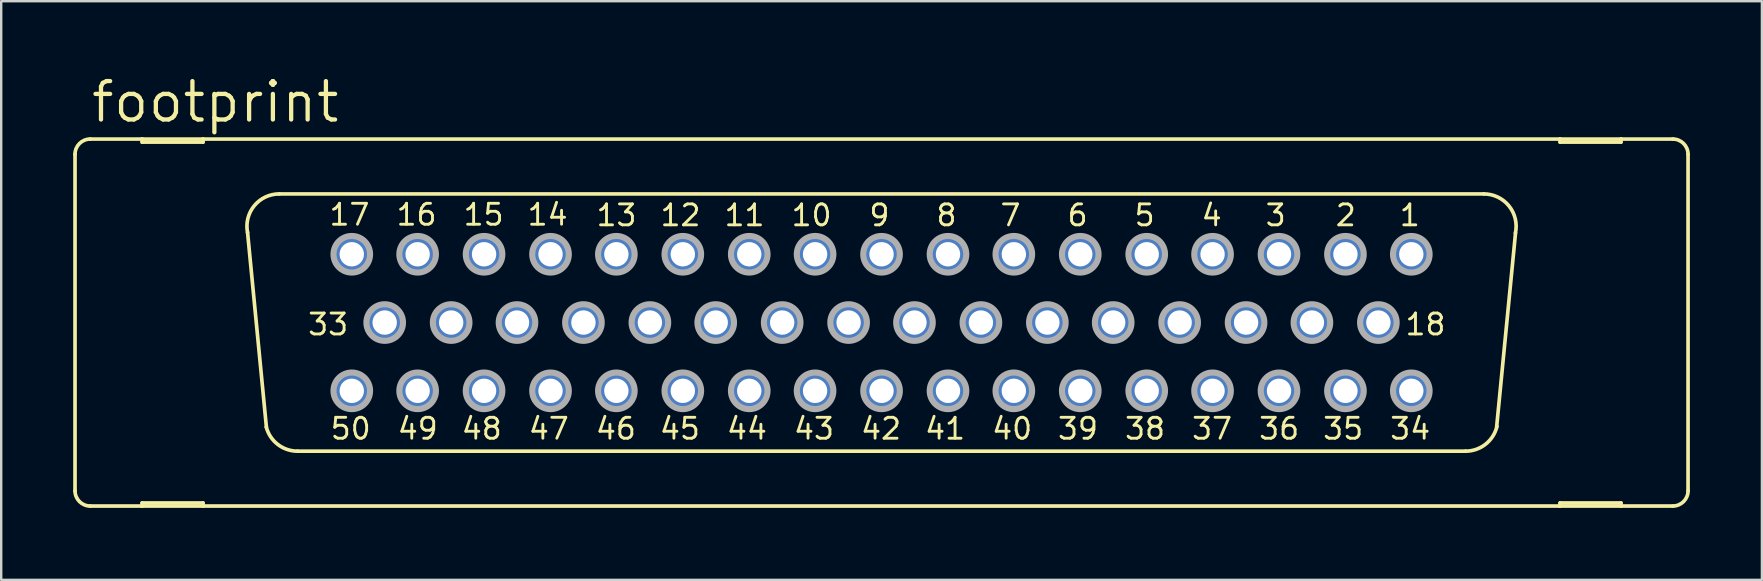
<source format=kicad_pcb>
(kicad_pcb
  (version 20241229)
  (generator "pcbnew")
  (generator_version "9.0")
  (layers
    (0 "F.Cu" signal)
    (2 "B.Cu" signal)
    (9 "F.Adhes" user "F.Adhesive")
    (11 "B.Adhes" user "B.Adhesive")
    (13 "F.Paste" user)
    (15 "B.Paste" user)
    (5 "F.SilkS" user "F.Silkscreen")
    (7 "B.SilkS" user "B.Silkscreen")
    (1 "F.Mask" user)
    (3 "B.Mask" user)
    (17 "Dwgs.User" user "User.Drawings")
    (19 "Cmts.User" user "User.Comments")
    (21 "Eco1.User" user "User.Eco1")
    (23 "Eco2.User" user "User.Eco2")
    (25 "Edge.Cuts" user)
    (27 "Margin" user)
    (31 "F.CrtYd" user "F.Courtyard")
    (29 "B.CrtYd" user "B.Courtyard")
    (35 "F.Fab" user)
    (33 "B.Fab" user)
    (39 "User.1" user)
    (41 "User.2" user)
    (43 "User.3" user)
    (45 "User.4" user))
  (footprint "footprint"
    (layer "F.Cu")
    (at 33.68 10.389)
    (property "Reference" "footprint" (at -33.02 -8.255 0) (layer "F.SilkS") (effects (font (size 1.6 1.6) (thickness 0.178)) (justify left bottom)))
    (fp_line (start -33.604 -7.01) (end -33.604 7.01) (stroke (width 0.152) (type solid)) (layer "F.SilkS"))
    (fp_line (start -32.969 7.645) (end -30.81 7.645) (stroke (width 0.152) (type solid)) (layer "F.SilkS"))
    (fp_line (start -30.81 -7.645) (end -32.969 -7.645) (stroke (width 0.152) (type solid)) (layer "F.SilkS"))
    (fp_line (start -30.81 -7.645) (end -30.81 -7.518) (stroke (width 0.152) (type solid)) (layer "F.SilkS"))
    (fp_line (start -30.81 -7.518) (end -28.27 -7.518) (stroke (width 0.152) (type solid)) (layer "F.SilkS"))
    (fp_line (start -30.81 7.518) (end -28.27 7.518) (stroke (width 0.152) (type solid)) (layer "F.SilkS"))
    (fp_line (start -30.81 7.645) (end -30.81 7.518) (stroke (width 0.152) (type solid)) (layer "F.SilkS"))
    (fp_line (start -30.81 7.645) (end -28.27 7.645) (stroke (width 0.152) (type solid)) (layer "F.SilkS"))
    (fp_line (start -28.27 -7.645) (end -30.81 -7.645) (stroke (width 0.152) (type solid)) (layer "F.SilkS"))
    (fp_line (start -28.27 -7.518) (end -28.27 -7.645) (stroke (width 0.152) (type solid)) (layer "F.SilkS"))
    (fp_line (start -28.27 7.518) (end -28.27 7.645) (stroke (width 0.152) (type solid)) (layer "F.SilkS"))
    (fp_line (start -28.27 7.645) (end 28.27 7.645) (stroke (width 0.152) (type solid)) (layer "F.SilkS"))
    (fp_line (start -25.629 4.369) (end -26.416 -3.759) (stroke (width 0.152) (type solid)) (layer "F.SilkS"))
    (fp_line (start -25.095 -5.359) (end 25.095 -5.359) (stroke (width 0.152) (type solid)) (layer "F.SilkS"))
    (fp_line (start -24.333 5.359) (end 24.333 5.359) (stroke (width 0.152) (type solid)) (layer "F.SilkS"))
    (fp_line (start 26.416 -3.734) (end 25.629 4.343) (stroke (width 0.152) (type solid)) (layer "F.SilkS"))
    (fp_line (start 28.27 -7.645) (end -28.27 -7.645) (stroke (width 0.152) (type solid)) (layer "F.SilkS"))
    (fp_line (start 28.27 -7.645) (end 28.27 -7.518) (stroke (width 0.152) (type solid)) (layer "F.SilkS"))
    (fp_line (start 28.27 -7.518) (end 30.81 -7.518) (stroke (width 0.152) (type solid)) (layer "F.SilkS"))
    (fp_line (start 28.27 7.518) (end 30.81 7.518) (stroke (width 0.152) (type solid)) (layer "F.SilkS"))
    (fp_line (start 28.27 7.645) (end 28.27 7.518) (stroke (width 0.152) (type solid)) (layer "F.SilkS"))
    (fp_line (start 28.27 7.645) (end 30.81 7.645) (stroke (width 0.152) (type solid)) (layer "F.SilkS"))
    (fp_line (start 30.81 -7.645) (end 28.27 -7.645) (stroke (width 0.152) (type solid)) (layer "F.SilkS"))
    (fp_line (start 30.81 -7.518) (end 30.81 -7.645) (stroke (width 0.152) (type solid)) (layer "F.SilkS"))
    (fp_line (start 30.81 7.518) (end 30.81 7.645) (stroke (width 0.152) (type solid)) (layer "F.SilkS"))
    (fp_line (start 30.81 7.645) (end 32.969 7.645) (stroke (width 0.152) (type solid)) (layer "F.SilkS"))
    (fp_line (start 32.969 -7.645) (end 30.81 -7.645) (stroke (width 0.152) (type solid)) (layer "F.SilkS"))
    (fp_line (start 33.604 -7.01) (end 33.604 7.01) (stroke (width 0.152) (type solid)) (layer "F.SilkS"))
    (fp_arc (start -33.6042 -7.0104) (mid -33.418213 -7.459413) (end -32.9692 -7.6454) (stroke (width 0.1524) (type solid)) (layer "F.SilkS"))
    (fp_arc (start -32.9692 7.6454) (mid -33.418213 7.459413) (end -33.6042 7.0104) (stroke (width 0.1524) (type solid)) (layer "F.SilkS"))
    (fp_arc (start -26.4153 -3.7492) (mid -26.136282 -4.866684) (end -25.0952 -5.3594) (stroke (width 0.1524) (type solid)) (layer "F.SilkS"))
    (fp_arc (start -24.3332 5.3594) (mid -25.1567 5.078145) (end -25.6361 4.3519) (stroke (width 0.1524) (type solid)) (layer "F.SilkS"))
    (fp_arc (start 25.0952 -5.3591) (mid 26.143577 -4.85738) (end 26.4105 -3.7262) (stroke (width 0.1524) (type solid)) (layer "F.SilkS"))
    (fp_arc (start 25.642201 4.327399) (mid 25.166657 5.070446) (end 24.3332 5.3596) (stroke (width 0.1524) (type solid)) (layer "F.SilkS"))
    (fp_arc (start 32.9692 -7.6454) (mid 33.418213 -7.459413) (end 33.6042 -7.0104) (stroke (width 0.1524) (type solid)) (layer "F.SilkS"))
    (fp_arc (start 33.6042 7.0104) (mid 33.418213 7.459413) (end 32.9692 7.6454) (stroke (width 0.1524) (type solid)) (layer "F.SilkS"))
    (fp_circle (center -22.073 -2.845) (end -21.311 -2.845) (stroke (width 0.254) (type solid)) (fill no) (layer "F.Fab"))
    (fp_circle (center -22.073 2.845) (end -21.311 2.845) (stroke (width 0.254) (type solid)) (fill no) (layer "F.Fab"))
    (fp_circle (center -20.701 0) (end -19.939 0) (stroke (width 0.254) (type solid)) (fill no) (layer "F.Fab"))
    (fp_circle (center -19.329 -2.845) (end -18.567 -2.845) (stroke (width 0.254) (type solid)) (fill no) (layer "F.Fab"))
    (fp_circle (center -19.329 2.845) (end -18.567 2.845) (stroke (width 0.254) (type solid)) (fill no) (layer "F.Fab"))
    (fp_circle (center -17.932 0) (end -17.17 0) (stroke (width 0.254) (type solid)) (fill no) (layer "F.Fab"))
    (fp_circle (center -16.561 -2.845) (end -15.799 -2.845) (stroke (width 0.254) (type solid)) (fill no) (layer "F.Fab"))
    (fp_circle (center -16.561 2.845) (end -15.799 2.845) (stroke (width 0.254) (type solid)) (fill no) (layer "F.Fab"))
    (fp_circle (center -15.189 0) (end -14.427 0) (stroke (width 0.254) (type solid)) (fill no) (layer "F.Fab"))
    (fp_circle (center -13.792 -2.845) (end -13.03 -2.845) (stroke (width 0.254) (type solid)) (fill no) (layer "F.Fab"))
    (fp_circle (center -13.792 2.845) (end -13.03 2.845) (stroke (width 0.254) (type solid)) (fill no) (layer "F.Fab"))
    (fp_circle (center -12.421 0) (end -11.659 0) (stroke (width 0.254) (type solid)) (fill no) (layer "F.Fab"))
    (fp_circle (center -11.049 -2.845) (end -10.287 -2.845) (stroke (width 0.254) (type solid)) (fill no) (layer "F.Fab"))
    (fp_circle (center -11.049 2.845) (end -10.287 2.845) (stroke (width 0.254) (type solid)) (fill no) (layer "F.Fab"))
    (fp_circle (center -9.652 0) (end -8.89 0) (stroke (width 0.254) (type solid)) (fill no) (layer "F.Fab"))
    (fp_circle (center -8.28 -2.845) (end -7.518 -2.845) (stroke (width 0.254) (type solid)) (fill no) (layer "F.Fab"))
    (fp_circle (center -8.28 2.845) (end -7.518 2.845) (stroke (width 0.254) (type solid)) (fill no) (layer "F.Fab"))
    (fp_circle (center -6.909 0) (end -6.147 0) (stroke (width 0.254) (type solid)) (fill no) (layer "F.Fab"))
    (fp_circle (center -5.512 -2.845) (end -4.75 -2.845) (stroke (width 0.254) (type solid)) (fill no) (layer "F.Fab"))
    (fp_circle (center -5.512 2.845) (end -4.75 2.845) (stroke (width 0.254) (type solid)) (fill no) (layer "F.Fab"))
    (fp_circle (center -4.14 0) (end -3.378 0) (stroke (width 0.254) (type solid)) (fill no) (layer "F.Fab"))
    (fp_circle (center -2.769 -2.845) (end -2.007 -2.845) (stroke (width 0.254) (type solid)) (fill no) (layer "F.Fab"))
    (fp_circle (center -2.769 2.845) (end -2.007 2.845) (stroke (width 0.254) (type solid)) (fill no) (layer "F.Fab"))
    (fp_circle (center -1.372 0) (end -0.61 0) (stroke (width 0.254) (type solid)) (fill no) (layer "F.Fab"))
    (fp_circle (center 0 -2.845) (end 0.762 -2.845) (stroke (width 0.254) (type solid)) (fill no) (layer "F.Fab"))
    (fp_circle (center 0 2.845) (end 0.762 2.845) (stroke (width 0.254) (type solid)) (fill no) (layer "F.Fab"))
    (fp_circle (center 1.372 0) (end 2.134 0) (stroke (width 0.254) (type solid)) (fill no) (layer "F.Fab"))
    (fp_circle (center 2.769 -2.845) (end 3.531 -2.845) (stroke (width 0.254) (type solid)) (fill no) (layer "F.Fab"))
    (fp_circle (center 2.769 2.845) (end 3.531 2.845) (stroke (width 0.254) (type solid)) (fill no) (layer "F.Fab"))
    (fp_circle (center 4.14 0) (end 4.902 0) (stroke (width 0.254) (type solid)) (fill no) (layer "F.Fab"))
    (fp_circle (center 5.512 -2.845) (end 6.274 -2.845) (stroke (width 0.254) (type solid)) (fill no) (layer "F.Fab"))
    (fp_circle (center 5.512 2.845) (end 6.274 2.845) (stroke (width 0.254) (type solid)) (fill no) (layer "F.Fab"))
    (fp_circle (center 6.909 0) (end 7.671 0) (stroke (width 0.254) (type solid)) (fill no) (layer "F.Fab"))
    (fp_circle (center 8.28 -2.845) (end 9.042 -2.845) (stroke (width 0.254) (type solid)) (fill no) (layer "F.Fab"))
    (fp_circle (center 8.28 2.845) (end 9.042 2.845) (stroke (width 0.254) (type solid)) (fill no) (layer "F.Fab"))
    (fp_circle (center 9.652 0) (end 10.414 0) (stroke (width 0.254) (type solid)) (fill no) (layer "F.Fab"))
    (fp_circle (center 11.049 -2.845) (end 11.811 -2.845) (stroke (width 0.254) (type solid)) (fill no) (layer "F.Fab"))
    (fp_circle (center 11.049 2.845) (end 11.811 2.845) (stroke (width 0.254) (type solid)) (fill no) (layer "F.Fab"))
    (fp_circle (center 12.421 0) (end 13.183 0) (stroke (width 0.254) (type solid)) (fill no) (layer "F.Fab"))
    (fp_circle (center 13.792 -2.845) (end 14.554 -2.845) (stroke (width 0.254) (type solid)) (fill no) (layer "F.Fab"))
    (fp_circle (center 13.792 2.845) (end 14.554 2.845) (stroke (width 0.254) (type solid)) (fill no) (layer "F.Fab"))
    (fp_circle (center 15.189 0) (end 15.951 0) (stroke (width 0.254) (type solid)) (fill no) (layer "F.Fab"))
    (fp_circle (center 16.561 -2.845) (end 17.323 -2.845) (stroke (width 0.254) (type solid)) (fill no) (layer "F.Fab"))
    (fp_circle (center 16.561 2.845) (end 17.323 2.845) (stroke (width 0.254) (type solid)) (fill no) (layer "F.Fab"))
    (fp_circle (center 17.932 0) (end 18.694 0) (stroke (width 0.254) (type solid)) (fill no) (layer "F.Fab"))
    (fp_circle (center 19.329 -2.845) (end 20.091 -2.845) (stroke (width 0.254) (type solid)) (fill no) (layer "F.Fab"))
    (fp_circle (center 19.329 2.845) (end 20.091 2.845) (stroke (width 0.254) (type solid)) (fill no) (layer "F.Fab"))
    (fp_circle (center 20.701 0) (end 21.463 0) (stroke (width 0.254) (type solid)) (fill no) (layer "F.Fab"))
    (fp_circle (center 22.073 -2.845) (end 22.835 -2.845) (stroke (width 0.254) (type solid)) (fill no) (layer "F.Fab"))
    (fp_circle (center 22.073 2.845) (end 22.835 2.845) (stroke (width 0.254) (type solid)) (fill no) (layer "F.Fab"))
    (fp_text user "45" (at -7.493 3.912 0) (layer "F.SilkS") (effects (font (size 0.872 0.872) (thickness 0.119)) (justify right top)))
    (fp_text user "47" (at -12.954 3.912 0) (layer "F.SilkS") (effects (font (size 0.872 0.872) (thickness 0.119)) (justify right top)))
    (fp_text user "2" (at 19.837 -4.978 0) (layer "F.SilkS") (effects (font (size 0.872 0.872) (thickness 0.119)) (justify right top)))
    (fp_text user "48" (at -15.748 3.912 0) (layer "F.SilkS") (effects (font (size 0.872 0.872) (thickness 0.119)) (justify right top)))
    (fp_text user "18" (at 23.571 -0.432 0) (layer "F.SilkS") (effects (font (size 0.872 0.872) (thickness 0.119)) (justify right top)))
    (fp_text user "13" (at -10.135 -4.978 0) (layer "F.SilkS") (effects (font (size 0.872 0.872) (thickness 0.119)) (justify right top)))
    (fp_text user "14" (at -13.005 -5.004 0) (layer "F.SilkS") (effects (font (size 0.872 0.872) (thickness 0.119)) (justify right top)))
    (fp_text user "5" (at 11.455 -4.978 0) (layer "F.SilkS") (effects (font (size 0.872 0.872) (thickness 0.119)) (justify right top)))
    (fp_text user "43" (at -1.905 3.912 0) (layer "F.SilkS") (effects (font (size 0.872 0.872) (thickness 0.119)) (justify right top)))
    (fp_text user "33" (at -22.149 -0.432 0) (layer "F.SilkS") (effects (font (size 0.872 0.872) (thickness 0.119)) (justify right top)))
    (fp_text user "49" (at -18.415 3.912 0) (layer "F.SilkS") (effects (font (size 0.872 0.872) (thickness 0.119)) (justify right top)))
    (fp_text user "6" (at 8.661 -4.978 0) (layer "F.SilkS") (effects (font (size 0.872 0.872) (thickness 0.119)) (justify right top)))
    (fp_text user "50" (at -21.209 3.912 0) (layer "F.SilkS") (effects (font (size 0.872 0.872) (thickness 0.119)) (justify right top)))
    (fp_text user "12" (at -7.468 -4.978 0) (layer "F.SilkS") (effects (font (size 0.872 0.872) (thickness 0.119)) (justify right top)))
    (fp_text user "37" (at 14.681 3.912 0) (layer "F.SilkS") (effects (font (size 0.872 0.872) (thickness 0.119)) (justify right top)))
    (fp_text user "42" (at 0.889 3.912 0) (layer "F.SilkS") (effects (font (size 0.872 0.872) (thickness 0.119)) (justify right top)))
    (fp_text user "17" (at -21.26 -5.004 0) (layer "F.SilkS") (effects (font (size 0.872 0.872) (thickness 0.119)) (justify right top)))
    (fp_text user "8" (at 3.2 -4.978 0) (layer "F.SilkS") (effects (font (size 0.872 0.872) (thickness 0.119)) (justify right top)))
    (fp_text user "35" (at 20.142 3.912 0) (layer "F.SilkS") (effects (font (size 0.872 0.872) (thickness 0.119)) (justify right top)))
    (fp_text user "4" (at 14.249 -4.978 0) (layer "F.SilkS") (effects (font (size 0.872 0.872) (thickness 0.119)) (justify right top)))
    (fp_text user "44" (at -4.699 3.912 0) (layer "F.SilkS") (effects (font (size 0.872 0.872) (thickness 0.119)) (justify right top)))
    (fp_text user "15" (at -15.672 -5.004 0) (layer "F.SilkS") (effects (font (size 0.872 0.872) (thickness 0.119)) (justify right top)))
    (fp_text user "1" (at 22.504 -4.978 0) (layer "F.SilkS") (effects (font (size 0.872 0.872) (thickness 0.119)) (justify right top)))
    (fp_text user "41" (at 3.556 3.912 0) (layer "F.SilkS") (effects (font (size 0.872 0.872) (thickness 0.119)) (justify right top)))
    (fp_text user "46" (at -10.16 3.912 0) (layer "F.SilkS") (effects (font (size 0.872 0.872) (thickness 0.119)) (justify right top)))
    (fp_text user "9" (at 0.406 -4.978 0) (layer "F.SilkS") (effects (font (size 0.872 0.872) (thickness 0.119)) (justify right top)))
    (fp_text user "34" (at 22.936 3.912 0) (layer "F.SilkS") (effects (font (size 0.872 0.872) (thickness 0.119)) (justify right top)))
    (fp_text user "40" (at 6.35 3.912 0) (layer "F.SilkS") (effects (font (size 0.872 0.872) (thickness 0.119)) (justify right top)))
    (fp_text user "10" (at -2.007 -4.978 0) (layer "F.SilkS") (effects (font (size 0.872 0.872) (thickness 0.119)) (justify right top)))
    (fp_text user "36" (at 17.475 3.912 0) (layer "F.SilkS") (effects (font (size 0.872 0.872) (thickness 0.119)) (justify right top)))
    (fp_text user "16" (at -18.466 -5.004 0) (layer "F.SilkS") (effects (font (size 0.872 0.872) (thickness 0.119)) (justify right top)))
    (fp_text user "39" (at 9.093 3.912 0) (layer "F.SilkS") (effects (font (size 0.872 0.872) (thickness 0.119)) (justify right top)))
    (fp_text user "11" (at -4.801 -4.978 0) (layer "F.SilkS") (effects (font (size 0.872 0.872) (thickness 0.119)) (justify right top)))
    (fp_text user "7" (at 5.867 -4.978 0) (layer "F.SilkS") (effects (font (size 0.872 0.872) (thickness 0.119)) (justify right top)))
    (fp_text user "3" (at 16.916 -4.978 0) (layer "F.SilkS") (effects (font (size 0.872 0.872) (thickness 0.119)) (justify right top)))
    (fp_text user "38" (at 11.887 3.912 0) (layer "F.SilkS") (effects (font (size 0.872 0.872) (thickness 0.119)) (justify right top)))
    (pad "1" thru_hole roundrect (at 22.073 -2.845) (size 1.524 1.524) (drill 1.016) (layers "*.Cu" "*.Mask") (roundrect_rratio 0.25) (chamfer_ratio 0.25) (chamfer top_left top_right bottom_left bottom_right))
    (pad "2" thru_hole roundrect (at 19.329 -2.845) (size 1.524 1.524) (drill 1.016) (layers "*.Cu" "*.Mask") (roundrect_rratio 0.25) (chamfer_ratio 0.25) (chamfer top_left top_right bottom_left bottom_right))
    (pad "3" thru_hole roundrect (at 16.561 -2.845) (size 1.524 1.524) (drill 1.016) (layers "*.Cu" "*.Mask") (roundrect_rratio 0.25) (chamfer_ratio 0.25) (chamfer top_left top_right bottom_left bottom_right))
    (pad "4" thru_hole roundrect (at 13.792 -2.845) (size 1.524 1.524) (drill 1.016) (layers "*.Cu" "*.Mask") (roundrect_rratio 0.25) (chamfer_ratio 0.25) (chamfer top_left top_right bottom_left bottom_right))
    (pad "5" thru_hole roundrect (at 11.049 -2.845) (size 1.524 1.524) (drill 1.016) (layers "*.Cu" "*.Mask") (roundrect_rratio 0.25) (chamfer_ratio 0.25) (chamfer top_left top_right bottom_left bottom_right))
    (pad "6" thru_hole roundrect (at 8.28 -2.845) (size 1.524 1.524) (drill 1.016) (layers "*.Cu" "*.Mask") (roundrect_rratio 0.25) (chamfer_ratio 0.25) (chamfer top_left top_right bottom_left bottom_right))
    (pad "7" thru_hole roundrect (at 5.512 -2.845) (size 1.524 1.524) (drill 1.016) (layers "*.Cu" "*.Mask") (roundrect_rratio 0.25) (chamfer_ratio 0.25) (chamfer top_left top_right bottom_left bottom_right))
    (pad "8" thru_hole roundrect (at 2.769 -2.845) (size 1.524 1.524) (drill 1.016) (layers "*.Cu" "*.Mask") (roundrect_rratio 0.25) (chamfer_ratio 0.25) (chamfer top_left top_right bottom_left bottom_right))
    (pad "9" thru_hole roundrect (at 0 -2.845) (size 1.524 1.524) (drill 1.016) (layers "*.Cu" "*.Mask") (roundrect_rratio 0.25) (chamfer_ratio 0.25) (chamfer top_left top_right bottom_left bottom_right))
    (pad "10" thru_hole roundrect (at -2.769 -2.845) (size 1.524 1.524) (drill 1.016) (layers "*.Cu" "*.Mask") (roundrect_rratio 0.25) (chamfer_ratio 0.25) (chamfer top_left top_right bottom_left bottom_right))
    (pad "11" thru_hole roundrect (at -5.512 -2.845) (size 1.524 1.524) (drill 1.016) (layers "*.Cu" "*.Mask") (roundrect_rratio 0.25) (chamfer_ratio 0.25) (chamfer top_left top_right bottom_left bottom_right))
    (pad "12" thru_hole roundrect (at -8.28 -2.845) (size 1.524 1.524) (drill 1.016) (layers "*.Cu" "*.Mask") (roundrect_rratio 0.25) (chamfer_ratio 0.25) (chamfer top_left top_right bottom_left bottom_right))
    (pad "13" thru_hole roundrect (at -11.049 -2.845) (size 1.524 1.524) (drill 1.016) (layers "*.Cu" "*.Mask") (roundrect_rratio 0.25) (chamfer_ratio 0.25) (chamfer top_left top_right bottom_left bottom_right))
    (pad "14" thru_hole roundrect (at -13.792 -2.845) (size 1.524 1.524) (drill 1.016) (layers "*.Cu" "*.Mask") (roundrect_rratio 0.25) (chamfer_ratio 0.25) (chamfer top_left top_right bottom_left bottom_right))
    (pad "15" thru_hole roundrect (at -16.561 -2.845) (size 1.524 1.524) (drill 1.016) (layers "*.Cu" "*.Mask") (roundrect_rratio 0.25) (chamfer_ratio 0.25) (chamfer top_left top_right bottom_left bottom_right))
    (pad "16" thru_hole roundrect (at -19.329 -2.845) (size 1.524 1.524) (drill 1.016) (layers "*.Cu" "*.Mask") (roundrect_rratio 0.25) (chamfer_ratio 0.25) (chamfer top_left top_right bottom_left bottom_right))
    (pad "17" thru_hole roundrect (at -22.073 -2.845) (size 1.524 1.524) (drill 1.016) (layers "*.Cu" "*.Mask") (roundrect_rratio 0.25) (chamfer_ratio 0.25) (chamfer top_left top_right bottom_left bottom_right))
    (pad "18" thru_hole roundrect (at 20.701 0) (size 1.524 1.524) (drill 1.016) (layers "*.Cu" "*.Mask") (roundrect_rratio 0.25) (chamfer_ratio 0.25) (chamfer top_left top_right bottom_left bottom_right))
    (pad "19" thru_hole roundrect (at 17.932 0) (size 1.524 1.524) (drill 1.016) (layers "*.Cu" "*.Mask") (roundrect_rratio 0.25) (chamfer_ratio 0.25) (chamfer top_left top_right bottom_left bottom_right))
    (pad "20" thru_hole roundrect (at 15.189 0) (size 1.524 1.524) (drill 1.016) (layers "*.Cu" "*.Mask") (roundrect_rratio 0.25) (chamfer_ratio 0.25) (chamfer top_left top_right bottom_left bottom_right))
    (pad "21" thru_hole roundrect (at 12.421 0) (size 1.524 1.524) (drill 1.016) (layers "*.Cu" "*.Mask") (roundrect_rratio 0.25) (chamfer_ratio 0.25) (chamfer top_left top_right bottom_left bottom_right))
    (pad "22" thru_hole roundrect (at 9.652 0) (size 1.524 1.524) (drill 1.016) (layers "*.Cu" "*.Mask") (roundrect_rratio 0.25) (chamfer_ratio 0.25) (chamfer top_left top_right bottom_left bottom_right))
    (pad "23" thru_hole roundrect (at 6.909 0) (size 1.524 1.524) (drill 1.016) (layers "*.Cu" "*.Mask") (roundrect_rratio 0.25) (chamfer_ratio 0.25) (chamfer top_left top_right bottom_left bottom_right))
    (pad "24" thru_hole roundrect (at 4.14 0) (size 1.524 1.524) (drill 1.016) (layers "*.Cu" "*.Mask") (roundrect_rratio 0.25) (chamfer_ratio 0.25) (chamfer top_left top_right bottom_left bottom_right))
    (pad "25" thru_hole roundrect (at 1.372 0) (size 1.524 1.524) (drill 1.016) (layers "*.Cu" "*.Mask") (roundrect_rratio 0.25) (chamfer_ratio 0.25) (chamfer top_left top_right bottom_left bottom_right))
    (pad "26" thru_hole roundrect (at -1.372 0) (size 1.524 1.524) (drill 1.016) (layers "*.Cu" "*.Mask") (roundrect_rratio 0.25) (chamfer_ratio 0.25) (chamfer top_left top_right bottom_left bottom_right))
    (pad "27" thru_hole roundrect (at -4.14 0) (size 1.524 1.524) (drill 1.016) (layers "*.Cu" "*.Mask") (roundrect_rratio 0.25) (chamfer_ratio 0.25) (chamfer top_left top_right bottom_left bottom_right))
    (pad "28" thru_hole roundrect (at -6.909 0) (size 1.524 1.524) (drill 1.016) (layers "*.Cu" "*.Mask") (roundrect_rratio 0.25) (chamfer_ratio 0.25) (chamfer top_left top_right bottom_left bottom_right))
    (pad "29" thru_hole roundrect (at -9.652 0) (size 1.524 1.524) (drill 1.016) (layers "*.Cu" "*.Mask") (roundrect_rratio 0.25) (chamfer_ratio 0.25) (chamfer top_left top_right bottom_left bottom_right))
    (pad "30" thru_hole roundrect (at -12.421 0) (size 1.524 1.524) (drill 1.016) (layers "*.Cu" "*.Mask") (roundrect_rratio 0.25) (chamfer_ratio 0.25) (chamfer top_left top_right bottom_left bottom_right))
    (pad "31" thru_hole roundrect (at -15.189 0) (size 1.524 1.524) (drill 1.016) (layers "*.Cu" "*.Mask") (roundrect_rratio 0.25) (chamfer_ratio 0.25) (chamfer top_left top_right bottom_left bottom_right))
    (pad "32" thru_hole roundrect (at -17.932 0) (size 1.524 1.524) (drill 1.016) (layers "*.Cu" "*.Mask") (roundrect_rratio 0.25) (chamfer_ratio 0.25) (chamfer top_left top_right bottom_left bottom_right))
    (pad "33" thru_hole roundrect (at -20.701 0) (size 1.524 1.524) (drill 1.016) (layers "*.Cu" "*.Mask") (roundrect_rratio 0.25) (chamfer_ratio 0.25) (chamfer top_left top_right bottom_left bottom_right))
    (pad "34" thru_hole roundrect (at 22.073 2.845) (size 1.524 1.524) (drill 1.016) (layers "*.Cu" "*.Mask") (roundrect_rratio 0.25) (chamfer_ratio 0.25) (chamfer top_left top_right bottom_left bottom_right))
    (pad "35" thru_hole roundrect (at 19.329 2.845) (size 1.524 1.524) (drill 1.016) (layers "*.Cu" "*.Mask") (roundrect_rratio 0.25) (chamfer_ratio 0.25) (chamfer top_left top_right bottom_left bottom_right))
    (pad "36" thru_hole roundrect (at 16.561 2.845) (size 1.524 1.524) (drill 1.016) (layers "*.Cu" "*.Mask") (roundrect_rratio 0.25) (chamfer_ratio 0.25) (chamfer top_left top_right bottom_left bottom_right))
    (pad "37" thru_hole roundrect (at 13.792 2.845) (size 1.524 1.524) (drill 1.016) (layers "*.Cu" "*.Mask") (roundrect_rratio 0.25) (chamfer_ratio 0.25) (chamfer top_left top_right bottom_left bottom_right))
    (pad "38" thru_hole roundrect (at 11.049 2.845) (size 1.524 1.524) (drill 1.016) (layers "*.Cu" "*.Mask") (roundrect_rratio 0.25) (chamfer_ratio 0.25) (chamfer top_left top_right bottom_left bottom_right))
    (pad "39" thru_hole roundrect (at 8.28 2.845) (size 1.524 1.524) (drill 1.016) (layers "*.Cu" "*.Mask") (roundrect_rratio 0.25) (chamfer_ratio 0.25) (chamfer top_left top_right bottom_left bottom_right))
    (pad "40" thru_hole roundrect (at 5.512 2.845) (size 1.524 1.524) (drill 1.016) (layers "*.Cu" "*.Mask") (roundrect_rratio 0.25) (chamfer_ratio 0.25) (chamfer top_left top_right bottom_left bottom_right))
    (pad "41" thru_hole roundrect (at 2.769 2.845) (size 1.524 1.524) (drill 1.016) (layers "*.Cu" "*.Mask") (roundrect_rratio 0.25) (chamfer_ratio 0.25) (chamfer top_left top_right bottom_left bottom_right))
    (pad "42" thru_hole roundrect (at 0 2.845) (size 1.524 1.524) (drill 1.016) (layers "*.Cu" "*.Mask") (roundrect_rratio 0.25) (chamfer_ratio 0.25) (chamfer top_left top_right bottom_left bottom_right))
    (pad "43" thru_hole roundrect (at -2.769 2.845) (size 1.524 1.524) (drill 1.016) (layers "*.Cu" "*.Mask") (roundrect_rratio 0.25) (chamfer_ratio 0.25) (chamfer top_left top_right bottom_left bottom_right))
    (pad "44" thru_hole roundrect (at -5.512 2.845) (size 1.524 1.524) (drill 1.016) (layers "*.Cu" "*.Mask") (roundrect_rratio 0.25) (chamfer_ratio 0.25) (chamfer top_left top_right bottom_left bottom_right))
    (pad "45" thru_hole roundrect (at -8.28 2.845) (size 1.524 1.524) (drill 1.016) (layers "*.Cu" "*.Mask") (roundrect_rratio 0.25) (chamfer_ratio 0.25) (chamfer top_left top_right bottom_left bottom_right))
    (pad "46" thru_hole roundrect (at -11.049 2.845) (size 1.524 1.524) (drill 1.016) (layers "*.Cu" "*.Mask") (roundrect_rratio 0.25) (chamfer_ratio 0.25) (chamfer top_left top_right bottom_left bottom_right))
    (pad "47" thru_hole roundrect (at -13.792 2.845) (size 1.524 1.524) (drill 1.016) (layers "*.Cu" "*.Mask") (roundrect_rratio 0.25) (chamfer_ratio 0.25) (chamfer top_left top_right bottom_left bottom_right))
    (pad "48" thru_hole roundrect (at -16.561 2.845) (size 1.524 1.524) (drill 1.016) (layers "*.Cu" "*.Mask") (roundrect_rratio 0.25) (chamfer_ratio 0.25) (chamfer top_left top_right bottom_left bottom_right))
    (pad "49" thru_hole roundrect (at -19.329 2.845) (size 1.524 1.524) (drill 1.016) (layers "*.Cu" "*.Mask") (roundrect_rratio 0.25) (chamfer_ratio 0.25) (chamfer top_left top_right bottom_left bottom_right))
    (pad "50" thru_hole roundrect (at -22.073 2.845) (size 1.524 1.524) (drill 1.016) (layers "*.Cu" "*.Mask") (roundrect_rratio 0.25) (chamfer_ratio 0.25) (chamfer top_left top_right bottom_left bottom_right)))
  (gr_rect
    (start -3 -3)
    (end 70.361 21.11)
    (stroke (width 0.1) (type default))
    (fill no)
    (layer "Edge.Cuts")))
</source>
